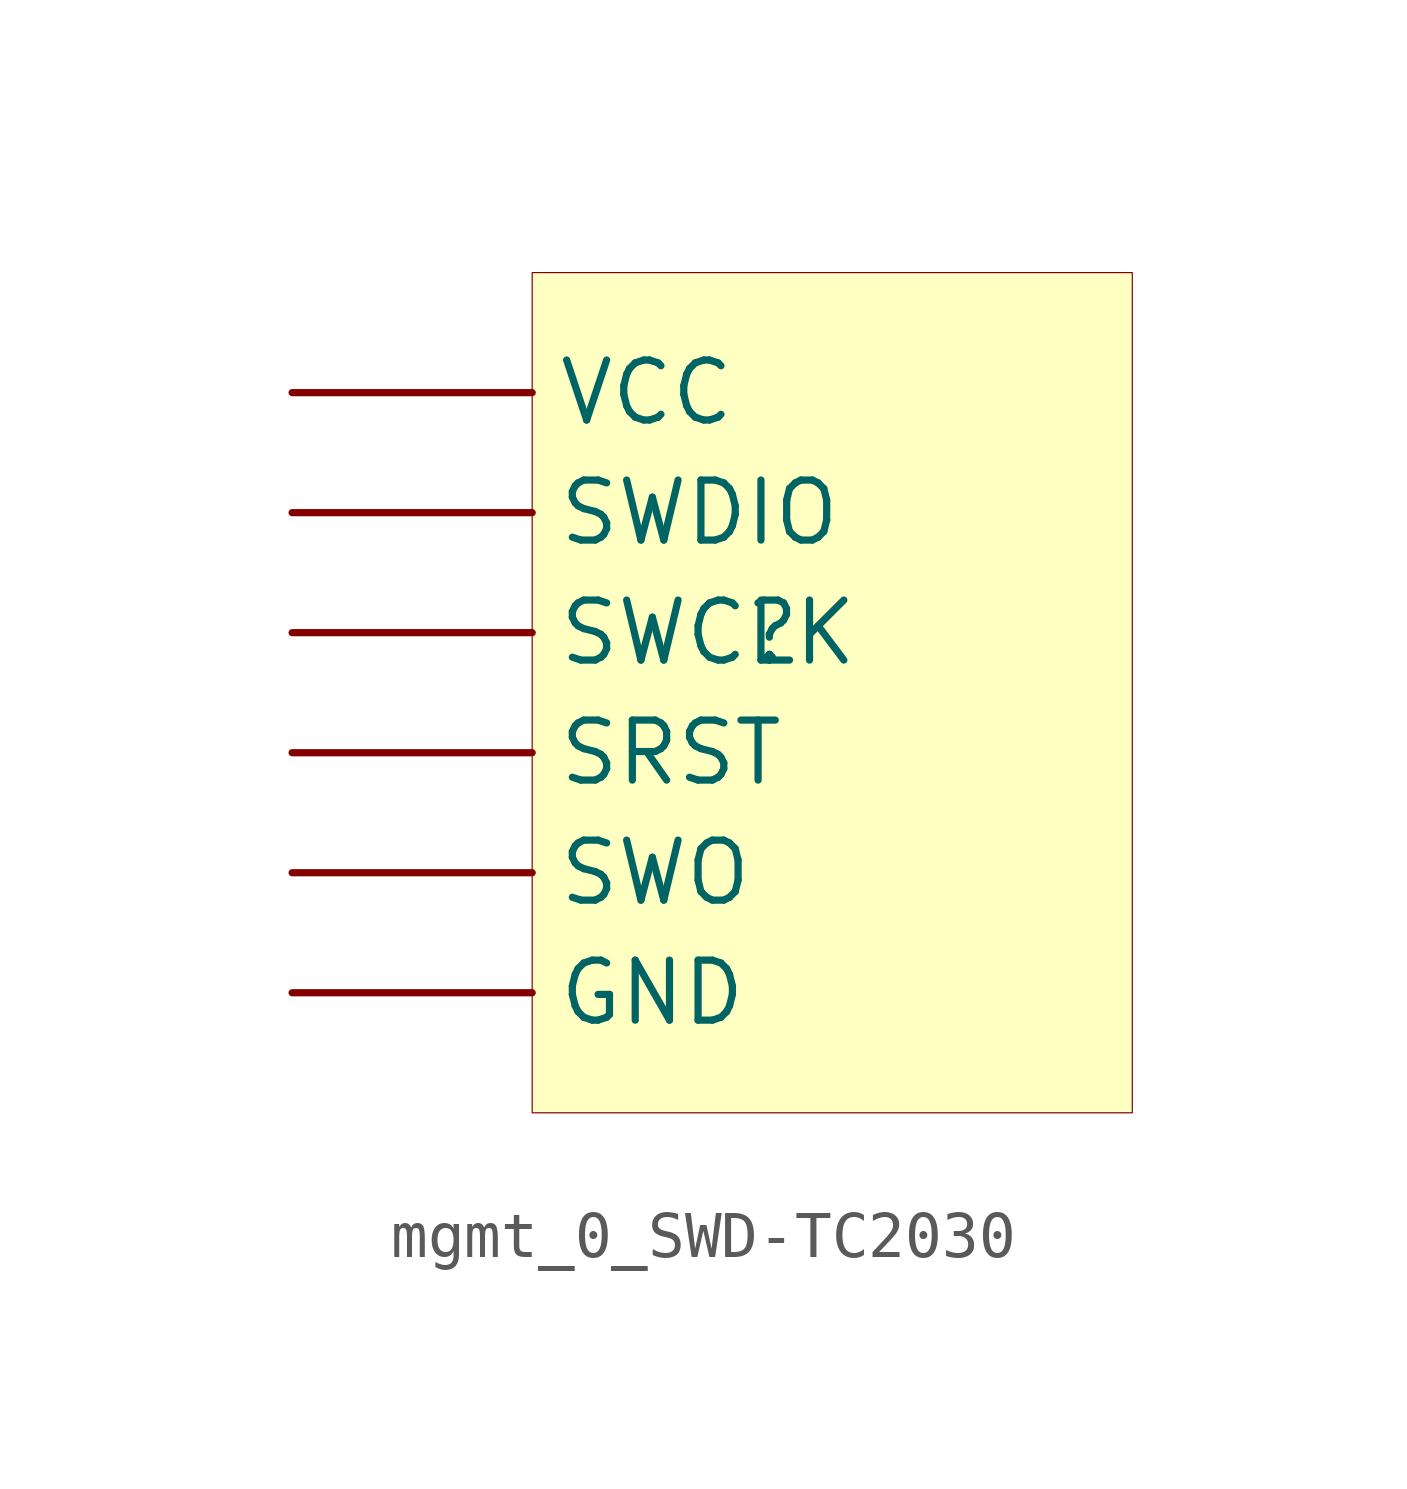
<source format=kicad_sym>
(kicad_symbol_lib
  (version 20231120)
  (generator "kicad_symbol_editor")
  (generator_version "7.99")
  (symbol "mgmt_0_SWD-TC2030"
    (property "Reference" ""
      (at 0 0 0)
      (effects (font (size 1.27 1.27))))
    (property "Value" ""
      (at 0 0 0)
      (effects (font (size 1.27 1.27))))
    (symbol "mgmt_0_SWD-TC2030_1_0"
      (rectangle (start 7.62 7.62) (end -5.08 -10.16) (stroke (width 0.025) (type solid) (color 128 0 0 1)) (fill (type background)))
      (pin passive line (at -10.16 -7.62 0) (length 5.08) (name "GND" (effects (font (size 1.27 1.27)))) (number "GND" (effects (font (size 0 0)))))
      (pin passive line (at -10.16 -2.54 0) (length 5.08) (name "SRST" (effects (font (size 1.27 1.27)))) (number "SRST" (effects (font (size 0 0)))))
      (pin passive line (at -10.16 0 0) (length 5.08) (name "SWCLK" (effects (font (size 1.27 1.27)))) (number "SWCLK" (effects (font (size 0 0)))))
      (pin passive line (at -10.16 2.54 0) (length 5.08) (name "SWDIO" (effects (font (size 1.27 1.27)))) (number "SWDIO" (effects (font (size 0 0)))))
      (pin passive line (at -10.16 -5.08 0) (length 5.08) (name "SWO" (effects (font (size 1.27 1.27)))) (number "SWO" (effects (font (size 0 0)))))
      (pin passive line (at -10.16 5.08 0) (length 5.08) (name "VCC" (effects (font (size 1.27 1.27)))) (number "VCC" (effects (font (size 0 0))))))))
</source>
